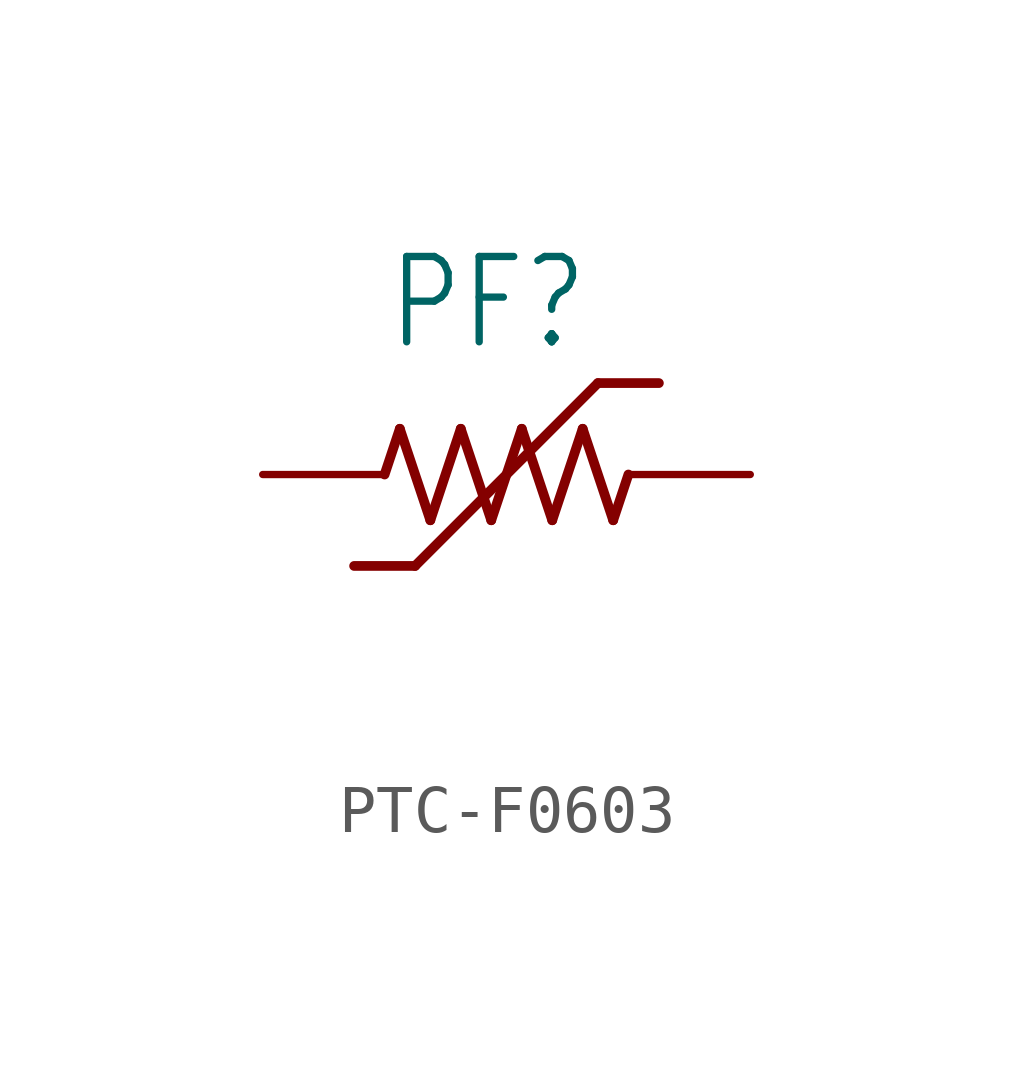
<source format=kicad_sym>
(kicad_symbol_lib
  (version 20231120)
  (generator "kicad_symbol_editor")
  (generator_version "8.0")
  (symbol "PTC-F0603"
    (property "Reference" "PF"
      (at -2.54 2.54 0)
      (effects (font (size 1.778 1.511)) (justify left bottom)))
    (property "Value" ""
      (at -5.08 -5.08 0)
      (effects (font (size 1.778 1.511)) (justify left bottom)))
    (property "ki_locked" ""
      (at 0 0 0)
      (effects (font (size 1.27 1.27))))
    (symbol "PTC-F0603_1_0"
      (polyline (pts (xy -2.54 0) (xy -2.223 0.953)) (stroke (width 0.203) (type solid)) (fill (type none)))
      (polyline (pts (xy -2.223 0.953) (xy -1.587 -0.953)) (stroke (width 0.203) (type solid)) (fill (type none)))
      (polyline (pts (xy -1.905 -1.905) (xy -3.175 -1.905)) (stroke (width 0.203) (type solid)) (fill (type none)))
      (polyline (pts (xy -1.587 -0.953) (xy -0.953 0.953)) (stroke (width 0.203) (type solid)) (fill (type none)))
      (polyline (pts (xy -0.953 0.953) (xy -0.318 -0.953)) (stroke (width 0.203) (type solid)) (fill (type none)))
      (polyline (pts (xy -0.318 -0.953) (xy 0.318 0.953)) (stroke (width 0.203) (type solid)) (fill (type none)))
      (polyline (pts (xy 0.318 0.953) (xy 0.953 -0.953)) (stroke (width 0.203) (type solid)) (fill (type none)))
      (polyline (pts (xy 0.953 -0.953) (xy 1.587 0.953)) (stroke (width 0.203) (type solid)) (fill (type none)))
      (polyline (pts (xy 1.587 0.953) (xy 2.223 -0.953)) (stroke (width 0.203) (type solid)) (fill (type none)))
      (polyline (pts (xy 1.905 1.905) (xy -1.905 -1.905)) (stroke (width 0.203) (type solid)) (fill (type none)))
      (polyline (pts (xy 2.223 -0.953) (xy 2.54 0)) (stroke (width 0.203) (type solid)) (fill (type none)))
      (polyline (pts (xy 3.175 1.905) (xy 1.905 1.905)) (stroke (width 0.203) (type solid)) (fill (type none)))
      (pin passive line (at -5.08 0 0) (length 2.54) (name "1" (effects (font (size 0 0)))) (number "1" (effects (font (size 0 0)))))
      (pin passive line (at 5.08 0 180) (length 2.54) (name "2" (effects (font (size 0 0)))) (number "2" (effects (font (size 0 0))))))))
</source>
